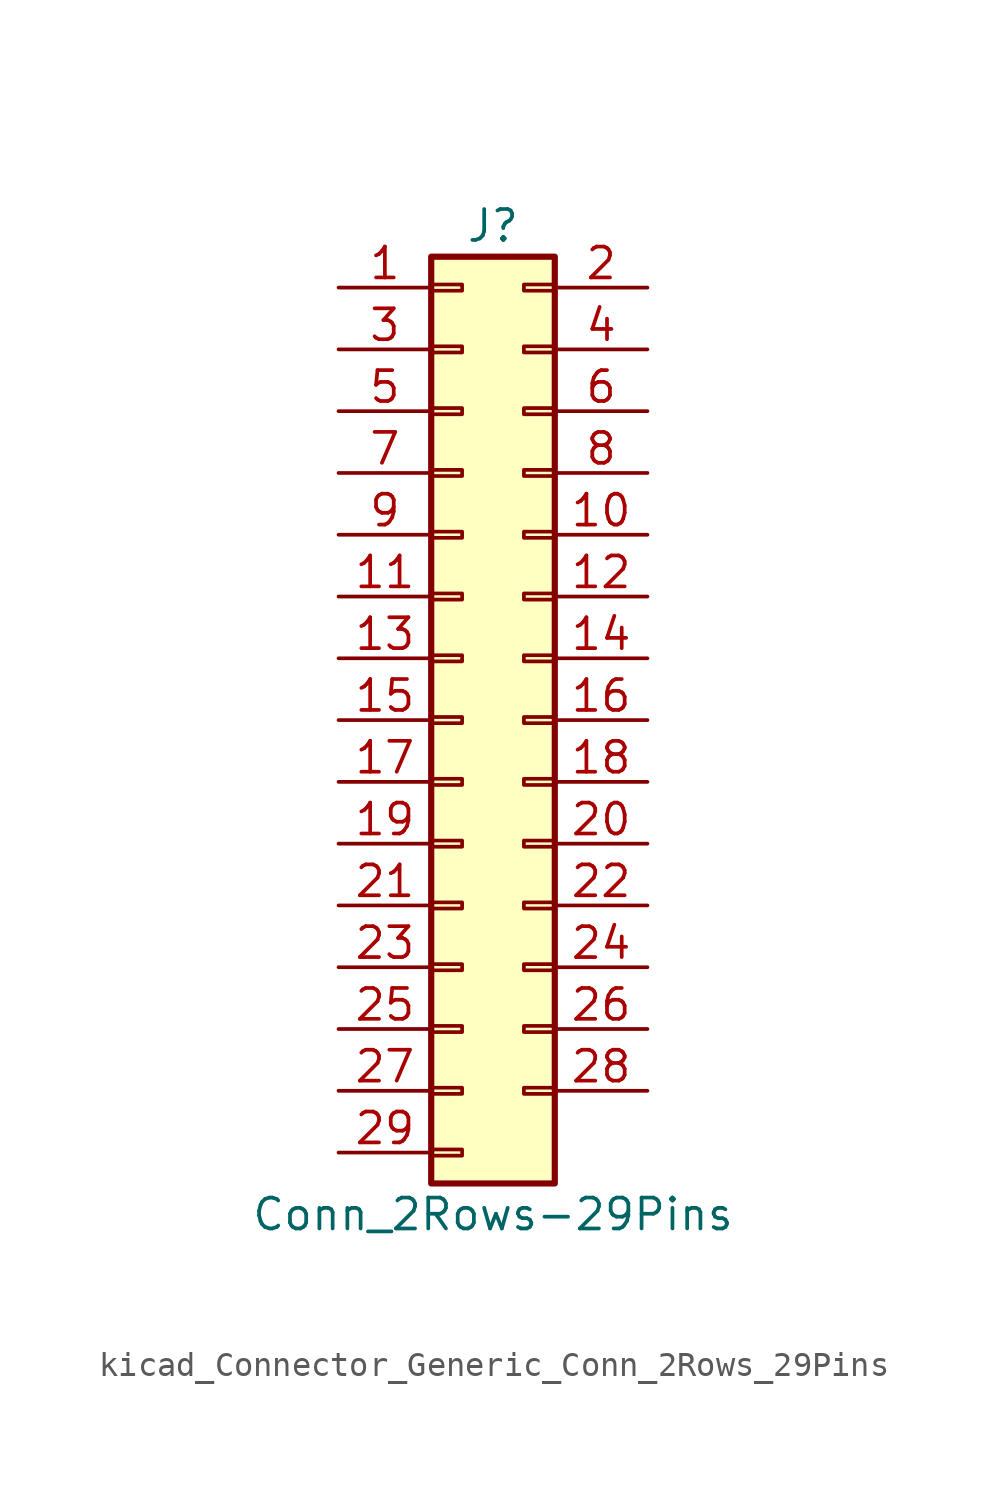
<source format=kicad_sym>
(kicad_symbol_lib
  (version 20220914)
  (generator kicad_symbol_editor)
  (symbol "kicad_Connector_Generic_Conn_2Rows_29Pins"
    (pin_names
      (offset 1.016) hide)
    (property "Reference" "J"
      (at 1.27 20.32 0)
      (effects (font (size 1.27 1.27))))
    (property "Value" "Conn_2Rows-29Pins"
      (at 1.27 -20.32 0)
      (effects (font (size 1.27 1.27))))
    (symbol "kicad_Connector_Generic_Conn_2Rows_29Pins_1_1"
      (rectangle (start -1.27 -17.653) (end 0 -17.907) (stroke (width 0.152) (type default)) (fill (type none)))
      (rectangle (start -1.27 -15.113) (end 0 -15.367) (stroke (width 0.152) (type default)) (fill (type none)))
      (rectangle (start -1.27 -12.573) (end 0 -12.827) (stroke (width 0.152) (type default)) (fill (type none)))
      (rectangle (start -1.27 -10.033) (end 0 -10.287) (stroke (width 0.152) (type default)) (fill (type none)))
      (rectangle (start -1.27 -7.493) (end 0 -7.747) (stroke (width 0.152) (type default)) (fill (type none)))
      (rectangle (start -1.27 -4.953) (end 0 -5.207) (stroke (width 0.152) (type default)) (fill (type none)))
      (rectangle (start -1.27 -2.413) (end 0 -2.667) (stroke (width 0.152) (type default)) (fill (type none)))
      (rectangle (start -1.27 0.127) (end 0 -0.127) (stroke (width 0.152) (type default)) (fill (type none)))
      (rectangle (start -1.27 2.667) (end 0 2.413) (stroke (width 0.152) (type default)) (fill (type none)))
      (rectangle (start -1.27 5.207) (end 0 4.953) (stroke (width 0.152) (type default)) (fill (type none)))
      (rectangle (start -1.27 7.747) (end 0 7.493) (stroke (width 0.152) (type default)) (fill (type none)))
      (rectangle (start -1.27 10.287) (end 0 10.033) (stroke (width 0.152) (type default)) (fill (type none)))
      (rectangle (start -1.27 12.827) (end 0 12.573) (stroke (width 0.152) (type default)) (fill (type none)))
      (rectangle (start -1.27 15.367) (end 0 15.113) (stroke (width 0.152) (type default)) (fill (type none)))
      (rectangle (start -1.27 17.907) (end 0 17.653) (stroke (width 0.152) (type default)) (fill (type none)))
      (rectangle (start -1.27 19.05) (end 3.81 -19.05) (stroke (width 0.254) (type default)) (fill (type background)))
      (rectangle (start 3.81 -15.113) (end 2.54 -15.367) (stroke (width 0.152) (type default)) (fill (type none)))
      (rectangle (start 3.81 -12.573) (end 2.54 -12.827) (stroke (width 0.152) (type default)) (fill (type none)))
      (rectangle (start 3.81 -10.033) (end 2.54 -10.287) (stroke (width 0.152) (type default)) (fill (type none)))
      (rectangle (start 3.81 -7.493) (end 2.54 -7.747) (stroke (width 0.152) (type default)) (fill (type none)))
      (rectangle (start 3.81 -4.953) (end 2.54 -5.207) (stroke (width 0.152) (type default)) (fill (type none)))
      (rectangle (start 3.81 -2.413) (end 2.54 -2.667) (stroke (width 0.152) (type default)) (fill (type none)))
      (rectangle (start 3.81 0.127) (end 2.54 -0.127) (stroke (width 0.152) (type default)) (fill (type none)))
      (rectangle (start 3.81 2.667) (end 2.54 2.413) (stroke (width 0.152) (type default)) (fill (type none)))
      (rectangle (start 3.81 5.207) (end 2.54 4.953) (stroke (width 0.152) (type default)) (fill (type none)))
      (rectangle (start 3.81 7.747) (end 2.54 7.493) (stroke (width 0.152) (type default)) (fill (type none)))
      (rectangle (start 3.81 10.287) (end 2.54 10.033) (stroke (width 0.152) (type default)) (fill (type none)))
      (rectangle (start 3.81 12.827) (end 2.54 12.573) (stroke (width 0.152) (type default)) (fill (type none)))
      (rectangle (start 3.81 15.367) (end 2.54 15.113) (stroke (width 0.152) (type default)) (fill (type none)))
      (rectangle (start 3.81 17.907) (end 2.54 17.653) (stroke (width 0.152) (type default)) (fill (type none)))
      (pin passive line (at -5.08 17.78 0) (length 3.81) (name "Pin_1" (effects (font (size 1.27 1.27)))) (number "1" (effects (font (size 1.27 1.27)))))
      (pin passive line (at 7.62 7.62 180) (length 3.81) (name "Pin_10" (effects (font (size 1.27 1.27)))) (number "10" (effects (font (size 1.27 1.27)))))
      (pin passive line (at -5.08 5.08 0) (length 3.81) (name "Pin_11" (effects (font (size 1.27 1.27)))) (number "11" (effects (font (size 1.27 1.27)))))
      (pin passive line (at 7.62 5.08 180) (length 3.81) (name "Pin_12" (effects (font (size 1.27 1.27)))) (number "12" (effects (font (size 1.27 1.27)))))
      (pin passive line (at -5.08 2.54 0) (length 3.81) (name "Pin_13" (effects (font (size 1.27 1.27)))) (number "13" (effects (font (size 1.27 1.27)))))
      (pin passive line (at 7.62 2.54 180) (length 3.81) (name "Pin_14" (effects (font (size 1.27 1.27)))) (number "14" (effects (font (size 1.27 1.27)))))
      (pin passive line (at -5.08 0 0) (length 3.81) (name "Pin_15" (effects (font (size 1.27 1.27)))) (number "15" (effects (font (size 1.27 1.27)))))
      (pin passive line (at 7.62 0 180) (length 3.81) (name "Pin_16" (effects (font (size 1.27 1.27)))) (number "16" (effects (font (size 1.27 1.27)))))
      (pin passive line (at -5.08 -2.54 0) (length 3.81) (name "Pin_17" (effects (font (size 1.27 1.27)))) (number "17" (effects (font (size 1.27 1.27)))))
      (pin passive line (at 7.62 -2.54 180) (length 3.81) (name "Pin_18" (effects (font (size 1.27 1.27)))) (number "18" (effects (font (size 1.27 1.27)))))
      (pin passive line (at -5.08 -5.08 0) (length 3.81) (name "Pin_19" (effects (font (size 1.27 1.27)))) (number "19" (effects (font (size 1.27 1.27)))))
      (pin passive line (at 7.62 17.78 180) (length 3.81) (name "Pin_2" (effects (font (size 1.27 1.27)))) (number "2" (effects (font (size 1.27 1.27)))))
      (pin passive line (at 7.62 -5.08 180) (length 3.81) (name "Pin_20" (effects (font (size 1.27 1.27)))) (number "20" (effects (font (size 1.27 1.27)))))
      (pin passive line (at -5.08 -7.62 0) (length 3.81) (name "Pin_21" (effects (font (size 1.27 1.27)))) (number "21" (effects (font (size 1.27 1.27)))))
      (pin passive line (at 7.62 -7.62 180) (length 3.81) (name "Pin_22" (effects (font (size 1.27 1.27)))) (number "22" (effects (font (size 1.27 1.27)))))
      (pin passive line (at -5.08 -10.16 0) (length 3.81) (name "Pin_23" (effects (font (size 1.27 1.27)))) (number "23" (effects (font (size 1.27 1.27)))))
      (pin passive line (at 7.62 -10.16 180) (length 3.81) (name "Pin_24" (effects (font (size 1.27 1.27)))) (number "24" (effects (font (size 1.27 1.27)))))
      (pin passive line (at -5.08 -12.7 0) (length 3.81) (name "Pin_25" (effects (font (size 1.27 1.27)))) (number "25" (effects (font (size 1.27 1.27)))))
      (pin passive line (at 7.62 -12.7 180) (length 3.81) (name "Pin_26" (effects (font (size 1.27 1.27)))) (number "26" (effects (font (size 1.27 1.27)))))
      (pin passive line (at -5.08 -15.24 0) (length 3.81) (name "Pin_27" (effects (font (size 1.27 1.27)))) (number "27" (effects (font (size 1.27 1.27)))))
      (pin passive line (at 7.62 -15.24 180) (length 3.81) (name "Pin_28" (effects (font (size 1.27 1.27)))) (number "28" (effects (font (size 1.27 1.27)))))
      (pin passive line (at -5.08 -17.78 0) (length 3.81) (name "Pin_29" (effects (font (size 1.27 1.27)))) (number "29" (effects (font (size 1.27 1.27)))))
      (pin passive line (at -5.08 15.24 0) (length 3.81) (name "Pin_3" (effects (font (size 1.27 1.27)))) (number "3" (effects (font (size 1.27 1.27)))))
      (pin passive line (at 7.62 15.24 180) (length 3.81) (name "Pin_4" (effects (font (size 1.27 1.27)))) (number "4" (effects (font (size 1.27 1.27)))))
      (pin passive line (at -5.08 12.7 0) (length 3.81) (name "Pin_5" (effects (font (size 1.27 1.27)))) (number "5" (effects (font (size 1.27 1.27)))))
      (pin passive line (at 7.62 12.7 180) (length 3.81) (name "Pin_6" (effects (font (size 1.27 1.27)))) (number "6" (effects (font (size 1.27 1.27)))))
      (pin passive line (at -5.08 10.16 0) (length 3.81) (name "Pin_7" (effects (font (size 1.27 1.27)))) (number "7" (effects (font (size 1.27 1.27)))))
      (pin passive line (at 7.62 10.16 180) (length 3.81) (name "Pin_8" (effects (font (size 1.27 1.27)))) (number "8" (effects (font (size 1.27 1.27)))))
      (pin passive line (at -5.08 7.62 0) (length 3.81) (name "Pin_9" (effects (font (size 1.27 1.27)))) (number "9" (effects (font (size 1.27 1.27))))))))
</source>
